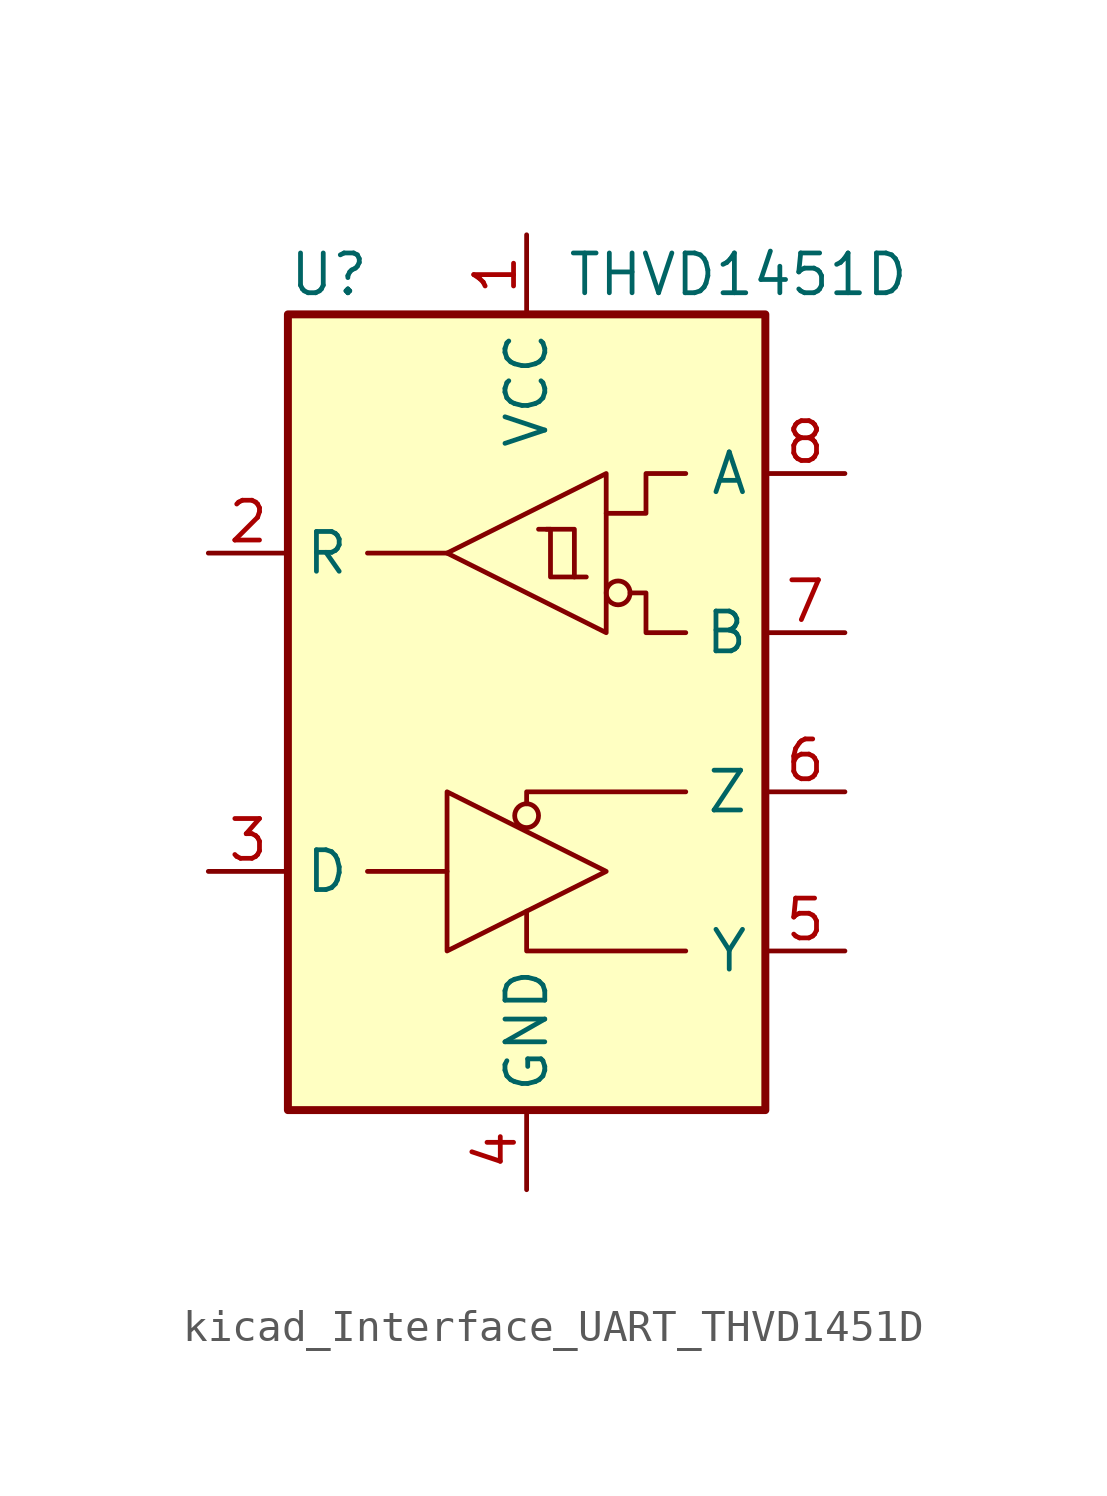
<source format=kicad_sym>
(kicad_symbol_lib
  (version 20220914)
  (generator kicad_symbol_editor)
  (symbol "kicad_Interface_UART_THVD1451D"
    (property "Reference" "U"
      (at -7.62 13.97 0)
      (effects (font (size 1.27 1.27)) (justify left)))
    (property "Value" "THVD1451D"
      (at 1.27 13.97 0)
      (effects (font (size 1.27 1.27)) (justify left)))
    (symbol "kicad_Interface_UART_THVD1451D_0_1"
      (rectangle (start -7.62 12.7) (end 7.62 -12.7) (stroke (width 0.254) (type default)) (fill (type background)))
      (circle (center 0 -3.302) (radius 0.381) (stroke (width 0) (type default)) (fill (type none)))
      (polyline (pts (xy -5.08 -5.08) (xy -2.54 -5.08)) (stroke (width 0) (type default)) (fill (type none)))
      (polyline (pts (xy -2.54 5.08) (xy -5.08 5.08)) (stroke (width 0) (type default)) (fill (type none)))
      (polyline (pts (xy 1.524 4.318) (xy 1.524 5.842) (xy 0.635 5.842)) (stroke (width 0) (type default)) (fill (type none)))
      (polyline (pts (xy 5.08 -7.62) (xy 0 -7.62) (xy 0 -6.35)) (stroke (width 0) (type default)) (fill (type none)))
      (polyline (pts (xy 5.08 -2.54) (xy 0 -2.54) (xy 0 -2.921)) (stroke (width 0) (type default)) (fill (type none)))
      (polyline (pts (xy -2.54 -2.54) (xy -2.54 -7.62) (xy 2.54 -5.08) (xy -2.54 -2.54)) (stroke (width 0) (type default)) (fill (type none)))
      (polyline (pts (xy 2.54 6.35) (xy 3.81 6.35) (xy 3.81 7.62) (xy 5.08 7.62)) (stroke (width 0) (type default)) (fill (type none)))
      (polyline (pts (xy 2.54 7.62) (xy 2.54 2.54) (xy -2.54 5.08) (xy 2.54 7.62)) (stroke (width 0) (type default)) (fill (type none)))
      (polyline (pts (xy 3.302 3.81) (xy 3.81 3.81) (xy 3.81 2.54) (xy 5.08 2.54)) (stroke (width 0) (type default)) (fill (type none)))
      (polyline (pts (xy 1.905 4.318) (xy 0.889 4.318) (xy 0.762 4.318) (xy 0.762 5.842) (xy 0.381 5.842)) (stroke (width 0) (type default)) (fill (type none)))
      (circle (center 2.921 3.81) (radius 0.381) (stroke (width 0) (type default)) (fill (type none))))
    (symbol "kicad_Interface_UART_THVD1451D_1_1"
      (pin power_in line (at 0 15.24 270) (length 2.54) (name "VCC" (effects (font (size 1.27 1.27)))) (number "1" (effects (font (size 1.27 1.27)))))
      (pin output line (at -10.16 5.08 0) (length 2.54) (name "R" (effects (font (size 1.27 1.27)))) (number "2" (effects (font (size 1.27 1.27)))))
      (pin input line (at -10.16 -5.08 0) (length 2.54) (name "D" (effects (font (size 1.27 1.27)))) (number "3" (effects (font (size 1.27 1.27)))))
      (pin power_in line (at 0 -15.24 90) (length 2.54) (name "GND" (effects (font (size 1.27 1.27)))) (number "4" (effects (font (size 1.27 1.27)))))
      (pin output line (at 10.16 -7.62 180) (length 2.54) (name "Y" (effects (font (size 1.27 1.27)))) (number "5" (effects (font (size 1.27 1.27)))))
      (pin output line (at 10.16 -2.54 180) (length 2.54) (name "Z" (effects (font (size 1.27 1.27)))) (number "6" (effects (font (size 1.27 1.27)))))
      (pin input line (at 10.16 2.54 180) (length 2.54) (name "B" (effects (font (size 1.27 1.27)))) (number "7" (effects (font (size 1.27 1.27)))))
      (pin input line (at 10.16 7.62 180) (length 2.54) (name "A" (effects (font (size 1.27 1.27)))) (number "8" (effects (font (size 1.27 1.27))))))))
</source>
